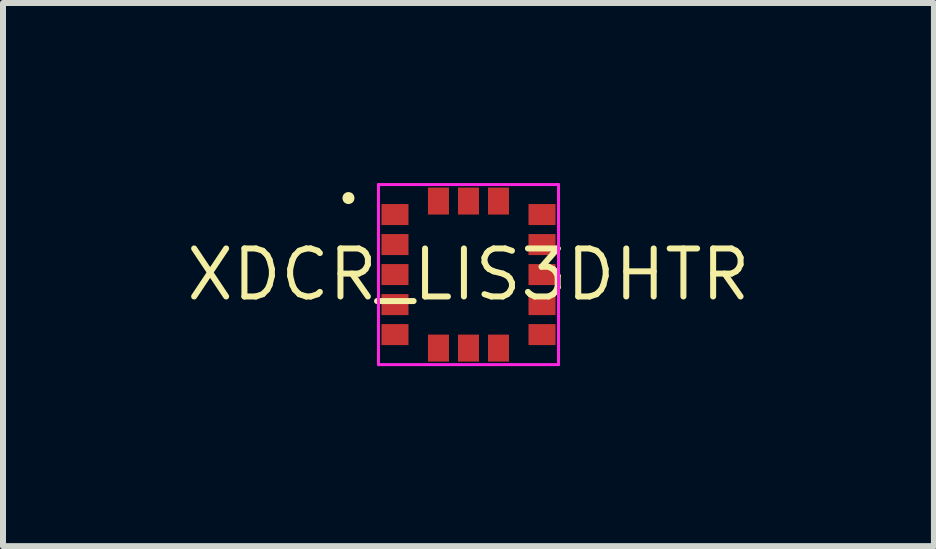
<source format=kicad_pcb>
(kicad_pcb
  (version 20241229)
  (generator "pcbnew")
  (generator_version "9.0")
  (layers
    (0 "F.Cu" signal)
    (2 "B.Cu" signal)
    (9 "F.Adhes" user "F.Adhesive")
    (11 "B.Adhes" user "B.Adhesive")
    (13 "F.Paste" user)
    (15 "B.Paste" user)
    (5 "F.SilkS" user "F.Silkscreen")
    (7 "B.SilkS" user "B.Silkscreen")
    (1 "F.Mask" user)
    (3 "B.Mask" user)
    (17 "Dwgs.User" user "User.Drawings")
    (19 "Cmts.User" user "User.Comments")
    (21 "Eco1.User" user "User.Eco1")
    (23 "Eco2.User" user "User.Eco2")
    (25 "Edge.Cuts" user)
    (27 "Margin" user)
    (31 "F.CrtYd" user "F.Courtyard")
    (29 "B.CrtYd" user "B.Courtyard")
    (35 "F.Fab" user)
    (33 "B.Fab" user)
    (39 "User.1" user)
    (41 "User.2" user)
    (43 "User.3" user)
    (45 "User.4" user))
  (footprint "XDCR_LIS3DHTR"
    (layer "F.Cu")
    (at 4.756 1.525)
    (property "Reference" "XDCR_LIS3DHTR" (at 0 0 0) (layer "F.SilkS") (effects (font (size 0.8 0.8) (thickness 0.1))))
    (fp_poly (pts (xy -1.9 -1.275) (xy -1.902 -1.295) (xy -1.908 -1.313) (xy -1.917 -1.331) (xy -1.929 -1.346) (xy -1.944 -1.358) (xy -1.962 -1.367) (xy -1.98 -1.373) (xy -2 -1.375) (xy -2.02 -1.373) (xy -2.038 -1.367) (xy -2.056 -1.358) (xy -2.071 -1.346) (xy -2.083 -1.331) (xy -2.092 -1.313) (xy -2.098 -1.295) (xy -2.1 -1.275) (xy -2.098 -1.255) (xy -2.092 -1.237) (xy -2.083 -1.219) (xy -2.071 -1.204) (xy -2.056 -1.192) (xy -2.038 -1.183) (xy -2.02 -1.177) (xy -2 -1.175) (xy -1.98 -1.177) (xy -1.962 -1.183) (xy -1.944 -1.192) (xy -1.929 -1.204) (xy -1.917 -1.219) (xy -1.908 -1.237) (xy -1.902 -1.255)) (stroke (width 0) (type solid)) (fill yes) (layer "F.SilkS"))
    (fp_line (start -1.5 -1.5) (end -1.5 1.5) (stroke (width 0.05) (type solid)) (layer "F.CrtYd"))
    (fp_line (start -1.5 1.5) (end 1.5 1.5) (stroke (width 0.05) (type solid)) (layer "F.CrtYd"))
    (fp_line (start 1.5 -1.5) (end -1.5 -1.5) (stroke (width 0.05) (type solid)) (layer "F.CrtYd"))
    (fp_line (start 1.5 1.5) (end 1.5 -1.5) (stroke (width 0.05) (type solid)) (layer "F.CrtYd"))
    (pad "1" smd rect (at -1.225 -1) (size 0.45 0.35) (layers "F.Cu" "F.Mask" "F.Paste"))
    (pad "2" smd rect (at -1.225 -0.5) (size 0.45 0.35) (layers "F.Cu" "F.Mask" "F.Paste"))
    (pad "3" smd rect (at -1.225 0) (size 0.45 0.35) (layers "F.Cu" "F.Mask" "F.Paste"))
    (pad "4" smd rect (at -1.225 0.5) (size 0.45 0.35) (layers "F.Cu" "F.Mask" "F.Paste"))
    (pad "5" smd rect (at -1.225 1) (size 0.45 0.35) (layers "F.Cu" "F.Mask" "F.Paste"))
    (pad "6" smd rect (at -0.5 1.225) (size 0.35 0.45) (layers "F.Cu" "F.Mask" "F.Paste"))
    (pad "7" smd rect (at 0 1.225) (size 0.35 0.45) (layers "F.Cu" "F.Mask" "F.Paste"))
    (pad "8" smd rect (at 0.5 1.225) (size 0.35 0.45) (layers "F.Cu" "F.Mask" "F.Paste"))
    (pad "9" smd rect (at 1.225 1) (size 0.45 0.35) (layers "F.Cu" "F.Mask" "F.Paste"))
    (pad "10" smd rect (at 1.225 0.5) (size 0.45 0.35) (layers "F.Cu" "F.Mask" "F.Paste"))
    (pad "11" smd rect (at 1.225 0) (size 0.45 0.35) (layers "F.Cu" "F.Mask" "F.Paste"))
    (pad "12" smd rect (at 1.225 -0.5) (size 0.45 0.35) (layers "F.Cu" "F.Mask" "F.Paste"))
    (pad "13" smd rect (at 1.225 -1) (size 0.45 0.35) (layers "F.Cu" "F.Mask" "F.Paste"))
    (pad "14" smd rect (at 0.5 -1.225) (size 0.35 0.45) (layers "F.Cu" "F.Mask" "F.Paste"))
    (pad "15" smd rect (at 0 -1.225) (size 0.35 0.45) (layers "F.Cu" "F.Mask" "F.Paste"))
    (pad "16" smd rect (at -0.5 -1.225) (size 0.35 0.45) (layers "F.Cu" "F.Mask" "F.Paste")))
  (gr_rect
    (start -3 -3)
    (end 12.511 6.05)
    (stroke (width 0.1) (type default))
    (fill no)
    (layer "Edge.Cuts")))
</source>
